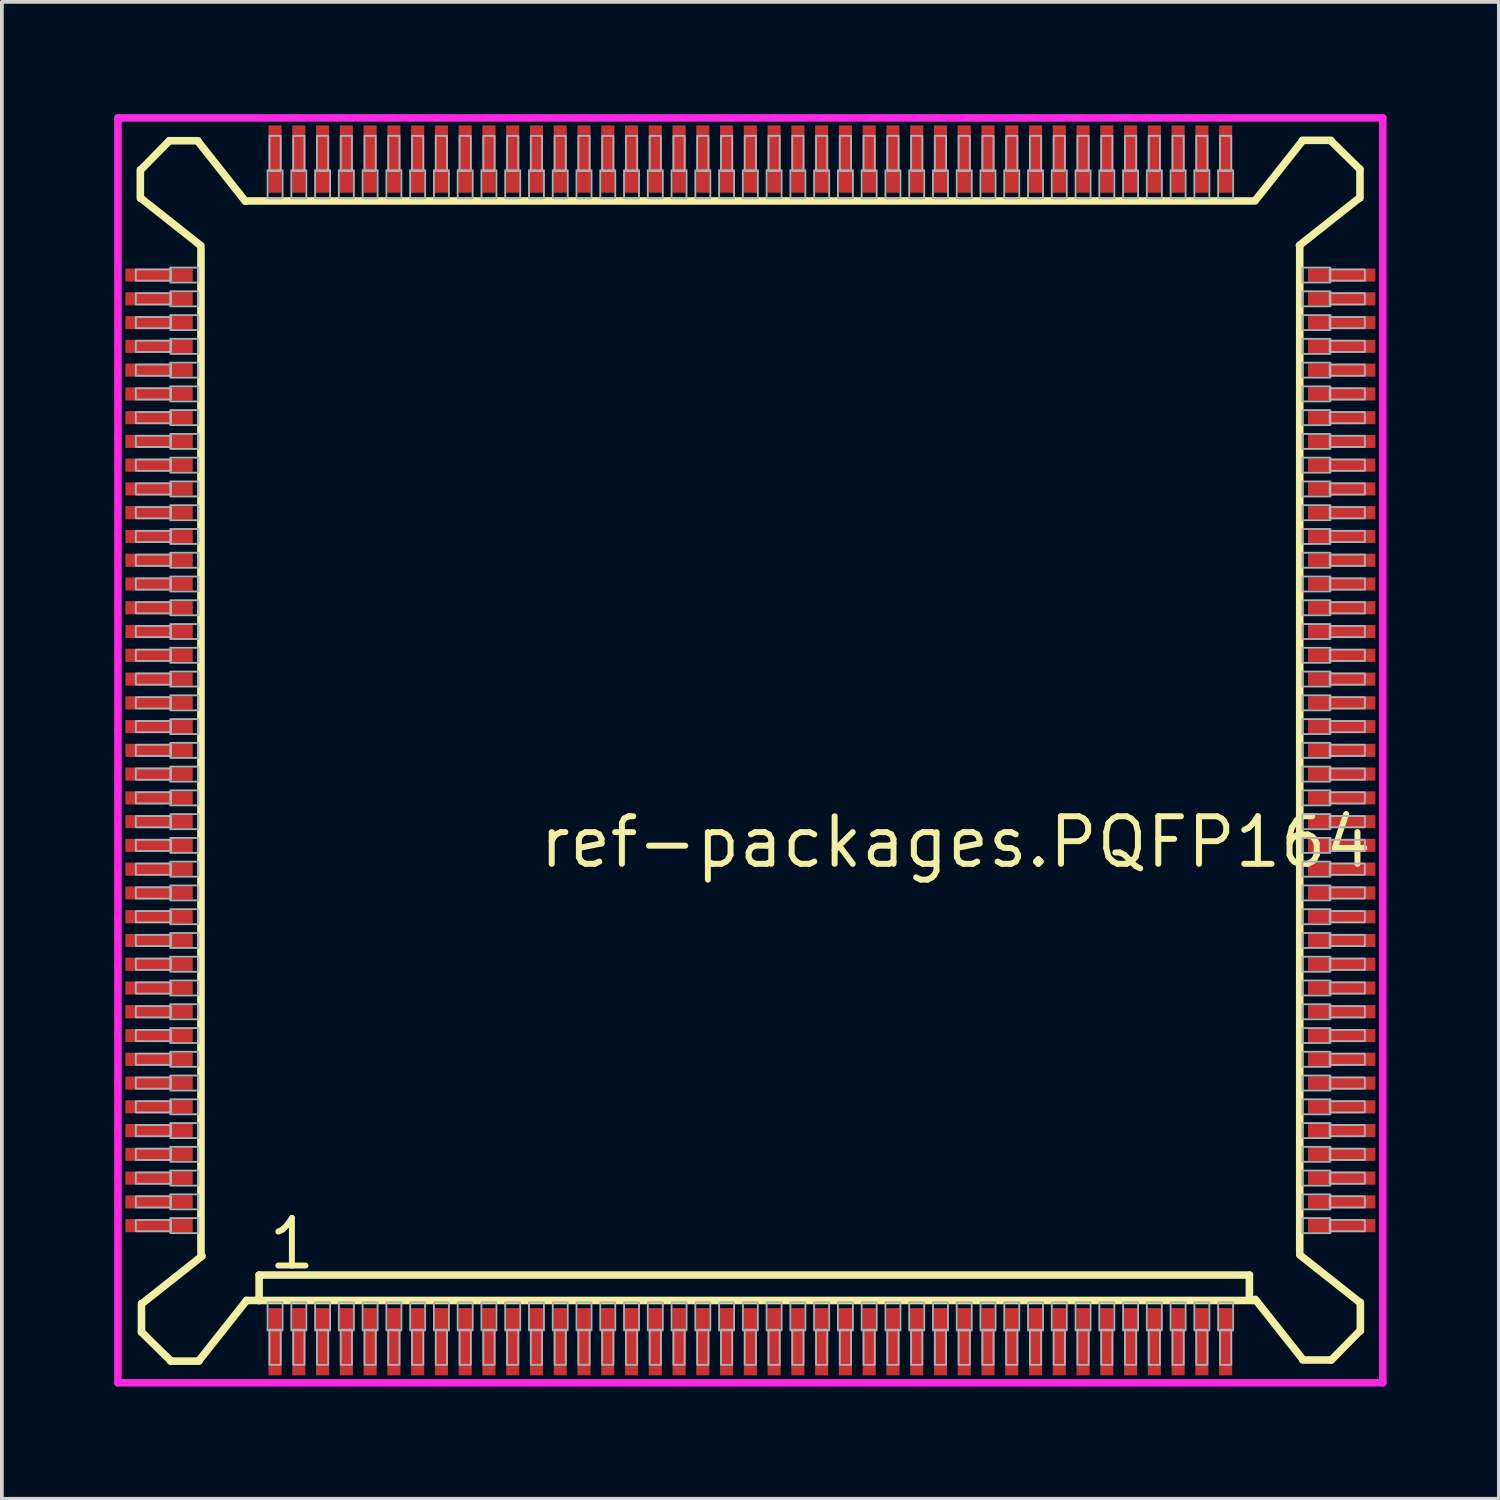
<source format=kicad_pcb>
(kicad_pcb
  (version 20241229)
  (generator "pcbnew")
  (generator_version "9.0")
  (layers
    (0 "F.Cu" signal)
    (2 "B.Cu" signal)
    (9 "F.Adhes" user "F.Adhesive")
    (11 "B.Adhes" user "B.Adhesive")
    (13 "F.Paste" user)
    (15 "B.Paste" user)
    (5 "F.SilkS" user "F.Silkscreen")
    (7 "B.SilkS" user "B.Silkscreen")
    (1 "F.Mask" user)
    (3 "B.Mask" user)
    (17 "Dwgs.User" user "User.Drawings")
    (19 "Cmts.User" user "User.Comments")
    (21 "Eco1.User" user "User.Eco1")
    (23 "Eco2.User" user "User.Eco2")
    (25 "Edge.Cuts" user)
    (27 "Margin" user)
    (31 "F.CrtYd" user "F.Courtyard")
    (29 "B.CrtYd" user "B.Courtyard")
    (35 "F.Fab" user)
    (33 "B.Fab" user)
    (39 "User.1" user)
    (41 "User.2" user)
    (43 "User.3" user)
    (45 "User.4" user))
  (footprint "ref-packages.PQFP164"
    (layer "F.Cu")
    (at 17 17)
    (property "Reference" "ref-packages.PQFP164" (at -5.715 3.195 0) (layer "F.SilkS") (effects (font (size 1.27 1.27) (thickness 0.16)) (justify left bottom)))
    (attr smd)
    (fp_line (start -16.3 -15.514) (end -16.3 -14.752) (stroke (width 0.203) (type default)) (layer "F.SilkS"))
    (fp_line (start -16.286 -14.752) (end -14.68 -13.482) (stroke (width 0.203) (type default)) (layer "F.SilkS"))
    (fp_line (start -16.27 14.782) (end -16.27 15.544) (stroke (width 0.203) (type default)) (layer "F.SilkS"))
    (fp_line (start -16.27 15.544) (end -15.494 16.306) (stroke (width 0.203) (type default)) (layer "F.SilkS"))
    (fp_line (start -15.524 -16.29) (end -16.286 -15.514) (stroke (width 0.203) (type default)) (layer "F.SilkS"))
    (fp_line (start -15.494 16.32) (end -14.732 16.32) (stroke (width 0.203) (type default)) (layer "F.SilkS"))
    (fp_line (start -14.762 -16.29) (end -15.524 -16.29) (stroke (width 0.203) (type default)) (layer "F.SilkS"))
    (fp_line (start -14.732 16.306) (end -13.462 14.7) (stroke (width 0.203) (type default)) (layer "F.SilkS"))
    (fp_line (start -14.68 -13.4) (end -14.68 13.442) (stroke (width 0.203) (type default)) (layer "F.SilkS"))
    (fp_line (start -14.65 13.512) (end -16.256 14.782) (stroke (width 0.203) (type default)) (layer "F.SilkS"))
    (fp_line (start -13.492 -14.67) (end -14.762 -16.276) (stroke (width 0.203) (type default)) (layer "F.SilkS"))
    (fp_line (start -13.462 14.7) (end -13.126 14.7) (stroke (width 0.203) (type default)) (layer "F.SilkS"))
    (fp_line (start -13.126 14.02) (end 13.335 14.02) (stroke (width 0.203) (type default)) (layer "F.SilkS"))
    (fp_line (start -13.126 14.7) (end -13.126 14.02) (stroke (width 0.203) (type default)) (layer "F.SilkS"))
    (fp_line (start -13.126 14.7) (end 13.462 14.7) (stroke (width 0.203) (type default)) (layer "F.SilkS"))
    (fp_line (start 13.335 14.02) (end 13.335 14.655) (stroke (width 0.203) (type default)) (layer "F.SilkS"))
    (fp_line (start 13.4 -14.68) (end -13.442 -14.68) (stroke (width 0.203) (type default)) (layer "F.SilkS"))
    (fp_line (start 13.492 14.67) (end 14.762 16.276) (stroke (width 0.203) (type default)) (layer "F.SilkS"))
    (fp_line (start 14.67 -13.492) (end 16.276 -14.762) (stroke (width 0.203) (type default)) (layer "F.SilkS"))
    (fp_line (start 14.68 13.4) (end 14.68 -13.442) (stroke (width 0.203) (type default)) (layer "F.SilkS"))
    (fp_line (start 14.752 -16.286) (end 13.482 -14.68) (stroke (width 0.203) (type default)) (layer "F.SilkS"))
    (fp_line (start 14.762 16.29) (end 15.524 16.29) (stroke (width 0.203) (type default)) (layer "F.SilkS"))
    (fp_line (start 15.514 -16.3) (end 14.752 -16.3) (stroke (width 0.203) (type default)) (layer "F.SilkS"))
    (fp_line (start 15.524 16.29) (end 16.286 15.514) (stroke (width 0.203) (type default)) (layer "F.SilkS"))
    (fp_line (start 16.286 14.752) (end 14.68 13.482) (stroke (width 0.203) (type default)) (layer "F.SilkS"))
    (fp_line (start 16.29 -15.524) (end 15.514 -16.286) (stroke (width 0.203) (type default)) (layer "F.SilkS"))
    (fp_line (start 16.29 -14.762) (end 16.29 -15.524) (stroke (width 0.203) (type default)) (layer "F.SilkS"))
    (fp_line (start 16.3 15.514) (end 16.3 14.752) (stroke (width 0.203) (type default)) (layer "F.SilkS"))
    (fp_line (start -16.9 -16.9) (end 16.9 -16.9) (stroke (width 0.2) (type default)) (layer "F.CrtYd"))
    (fp_line (start -16.9 16.9) (end -16.9 -16.9) (stroke (width 0.2) (type default)) (layer "F.CrtYd"))
    (fp_line (start 16.9 -16.9) (end 16.9 16.9) (stroke (width 0.2) (type default)) (layer "F.CrtYd"))
    (fp_line (start 16.9 16.9) (end -16.9 16.9) (stroke (width 0.2) (type default)) (layer "F.CrtYd"))
    (fp_rect (start -16.42 -12.55) (end -15.48 -12.85) (stroke (width 0.05) (type default)) (fill no) (layer "F.Fab"))
    (fp_rect (start -16.42 -11.915) (end -15.48 -12.215) (stroke (width 0.05) (type default)) (fill no) (layer "F.Fab"))
    (fp_rect (start -16.42 -11.28) (end -15.48 -11.58) (stroke (width 0.05) (type default)) (fill no) (layer "F.Fab"))
    (fp_rect (start -16.42 -10.645) (end -15.48 -10.945) (stroke (width 0.05) (type default)) (fill no) (layer "F.Fab"))
    (fp_rect (start -16.42 -10.01) (end -15.48 -10.31) (stroke (width 0.05) (type default)) (fill no) (layer "F.Fab"))
    (fp_rect (start -16.42 -9.375) (end -15.48 -9.675) (stroke (width 0.05) (type default)) (fill no) (layer "F.Fab"))
    (fp_rect (start -16.42 -8.74) (end -15.48 -9.04) (stroke (width 0.05) (type default)) (fill no) (layer "F.Fab"))
    (fp_rect (start -16.42 -8.105) (end -15.48 -8.405) (stroke (width 0.05) (type default)) (fill no) (layer "F.Fab"))
    (fp_rect (start -16.42 -7.47) (end -15.48 -7.77) (stroke (width 0.05) (type default)) (fill no) (layer "F.Fab"))
    (fp_rect (start -16.42 -6.835) (end -15.48 -7.135) (stroke (width 0.05) (type default)) (fill no) (layer "F.Fab"))
    (fp_rect (start -16.42 -6.2) (end -15.48 -6.5) (stroke (width 0.05) (type default)) (fill no) (layer "F.Fab"))
    (fp_rect (start -16.42 -5.565) (end -15.48 -5.865) (stroke (width 0.05) (type default)) (fill no) (layer "F.Fab"))
    (fp_rect (start -16.42 -4.93) (end -15.48 -5.23) (stroke (width 0.05) (type default)) (fill no) (layer "F.Fab"))
    (fp_rect (start -16.42 -4.295) (end -15.48 -4.595) (stroke (width 0.05) (type default)) (fill no) (layer "F.Fab"))
    (fp_rect (start -16.42 -3.66) (end -15.48 -3.96) (stroke (width 0.05) (type default)) (fill no) (layer "F.Fab"))
    (fp_rect (start -16.42 -3.025) (end -15.48 -3.325) (stroke (width 0.05) (type default)) (fill no) (layer "F.Fab"))
    (fp_rect (start -16.42 -2.39) (end -15.48 -2.69) (stroke (width 0.05) (type default)) (fill no) (layer "F.Fab"))
    (fp_rect (start -16.42 -1.755) (end -15.48 -2.055) (stroke (width 0.05) (type default)) (fill no) (layer "F.Fab"))
    (fp_rect (start -16.42 -1.12) (end -15.48 -1.42) (stroke (width 0.05) (type default)) (fill no) (layer "F.Fab"))
    (fp_rect (start -16.42 -0.485) (end -15.48 -0.785) (stroke (width 0.05) (type default)) (fill no) (layer "F.Fab"))
    (fp_rect (start -16.42 0.15) (end -15.48 -0.15) (stroke (width 0.05) (type default)) (fill no) (layer "F.Fab"))
    (fp_rect (start -16.42 0.785) (end -15.48 0.485) (stroke (width 0.05) (type default)) (fill no) (layer "F.Fab"))
    (fp_rect (start -16.42 1.42) (end -15.48 1.12) (stroke (width 0.05) (type default)) (fill no) (layer "F.Fab"))
    (fp_rect (start -16.42 2.055) (end -15.48 1.755) (stroke (width 0.05) (type default)) (fill no) (layer "F.Fab"))
    (fp_rect (start -16.42 2.69) (end -15.48 2.39) (stroke (width 0.05) (type default)) (fill no) (layer "F.Fab"))
    (fp_rect (start -16.42 3.325) (end -15.48 3.025) (stroke (width 0.05) (type default)) (fill no) (layer "F.Fab"))
    (fp_rect (start -16.42 3.96) (end -15.48 3.66) (stroke (width 0.05) (type default)) (fill no) (layer "F.Fab"))
    (fp_rect (start -16.42 4.595) (end -15.48 4.295) (stroke (width 0.05) (type default)) (fill no) (layer "F.Fab"))
    (fp_rect (start -16.42 5.23) (end -15.48 4.93) (stroke (width 0.05) (type default)) (fill no) (layer "F.Fab"))
    (fp_rect (start -16.42 5.865) (end -15.48 5.565) (stroke (width 0.05) (type default)) (fill no) (layer "F.Fab"))
    (fp_rect (start -16.42 6.5) (end -15.48 6.2) (stroke (width 0.05) (type default)) (fill no) (layer "F.Fab"))
    (fp_rect (start -16.42 7.135) (end -15.48 6.835) (stroke (width 0.05) (type default)) (fill no) (layer "F.Fab"))
    (fp_rect (start -16.42 7.77) (end -15.48 7.47) (stroke (width 0.05) (type default)) (fill no) (layer "F.Fab"))
    (fp_rect (start -16.42 8.405) (end -15.48 8.105) (stroke (width 0.05) (type default)) (fill no) (layer "F.Fab"))
    (fp_rect (start -16.42 9.04) (end -15.48 8.74) (stroke (width 0.05) (type default)) (fill no) (layer "F.Fab"))
    (fp_rect (start -16.42 9.675) (end -15.48 9.375) (stroke (width 0.05) (type default)) (fill no) (layer "F.Fab"))
    (fp_rect (start -16.42 10.31) (end -15.48 10.01) (stroke (width 0.05) (type default)) (fill no) (layer "F.Fab"))
    (fp_rect (start -16.42 10.945) (end -15.48 10.645) (stroke (width 0.05) (type default)) (fill no) (layer "F.Fab"))
    (fp_rect (start -16.42 11.58) (end -15.48 11.28) (stroke (width 0.05) (type default)) (fill no) (layer "F.Fab"))
    (fp_rect (start -16.42 12.215) (end -15.48 11.915) (stroke (width 0.05) (type default)) (fill no) (layer "F.Fab"))
    (fp_rect (start -16.42 12.85) (end -15.48 12.55) (stroke (width 0.05) (type default)) (fill no) (layer "F.Fab"))
    (fp_rect (start -15.5 -12.5) (end -14.75 -12.9) (stroke (width 0.05) (type default)) (fill no) (layer "F.Fab"))
    (fp_rect (start -15.5 -11.865) (end -14.75 -12.265) (stroke (width 0.05) (type default)) (fill no) (layer "F.Fab"))
    (fp_rect (start -15.5 -11.23) (end -14.75 -11.63) (stroke (width 0.05) (type default)) (fill no) (layer "F.Fab"))
    (fp_rect (start -15.5 -10.595) (end -14.75 -10.995) (stroke (width 0.05) (type default)) (fill no) (layer "F.Fab"))
    (fp_rect (start -15.5 -9.96) (end -14.75 -10.36) (stroke (width 0.05) (type default)) (fill no) (layer "F.Fab"))
    (fp_rect (start -15.5 -9.325) (end -14.75 -9.725) (stroke (width 0.05) (type default)) (fill no) (layer "F.Fab"))
    (fp_rect (start -15.5 -8.69) (end -14.75 -9.09) (stroke (width 0.05) (type default)) (fill no) (layer "F.Fab"))
    (fp_rect (start -15.5 -8.055) (end -14.75 -8.455) (stroke (width 0.05) (type default)) (fill no) (layer "F.Fab"))
    (fp_rect (start -15.5 -7.42) (end -14.75 -7.82) (stroke (width 0.05) (type default)) (fill no) (layer "F.Fab"))
    (fp_rect (start -15.5 -6.785) (end -14.75 -7.185) (stroke (width 0.05) (type default)) (fill no) (layer "F.Fab"))
    (fp_rect (start -15.5 -6.15) (end -14.75 -6.55) (stroke (width 0.05) (type default)) (fill no) (layer "F.Fab"))
    (fp_rect (start -15.5 -5.515) (end -14.75 -5.915) (stroke (width 0.05) (type default)) (fill no) (layer "F.Fab"))
    (fp_rect (start -15.5 -4.88) (end -14.75 -5.28) (stroke (width 0.05) (type default)) (fill no) (layer "F.Fab"))
    (fp_rect (start -15.5 -4.245) (end -14.75 -4.645) (stroke (width 0.05) (type default)) (fill no) (layer "F.Fab"))
    (fp_rect (start -15.5 -3.61) (end -14.75 -4.01) (stroke (width 0.05) (type default)) (fill no) (layer "F.Fab"))
    (fp_rect (start -15.5 -2.975) (end -14.75 -3.375) (stroke (width 0.05) (type default)) (fill no) (layer "F.Fab"))
    (fp_rect (start -15.5 -2.34) (end -14.75 -2.74) (stroke (width 0.05) (type default)) (fill no) (layer "F.Fab"))
    (fp_rect (start -15.5 -1.705) (end -14.75 -2.105) (stroke (width 0.05) (type default)) (fill no) (layer "F.Fab"))
    (fp_rect (start -15.5 -1.07) (end -14.75 -1.47) (stroke (width 0.05) (type default)) (fill no) (layer "F.Fab"))
    (fp_rect (start -15.5 -0.435) (end -14.75 -0.835) (stroke (width 0.05) (type default)) (fill no) (layer "F.Fab"))
    (fp_rect (start -15.5 0.2) (end -14.75 -0.2) (stroke (width 0.05) (type default)) (fill no) (layer "F.Fab"))
    (fp_rect (start -15.5 0.835) (end -14.75 0.435) (stroke (width 0.05) (type default)) (fill no) (layer "F.Fab"))
    (fp_rect (start -15.5 1.47) (end -14.75 1.07) (stroke (width 0.05) (type default)) (fill no) (layer "F.Fab"))
    (fp_rect (start -15.5 2.105) (end -14.75 1.705) (stroke (width 0.05) (type default)) (fill no) (layer "F.Fab"))
    (fp_rect (start -15.5 2.74) (end -14.75 2.34) (stroke (width 0.05) (type default)) (fill no) (layer "F.Fab"))
    (fp_rect (start -15.5 3.375) (end -14.75 2.975) (stroke (width 0.05) (type default)) (fill no) (layer "F.Fab"))
    (fp_rect (start -15.5 4.01) (end -14.75 3.61) (stroke (width 0.05) (type default)) (fill no) (layer "F.Fab"))
    (fp_rect (start -15.5 4.645) (end -14.75 4.245) (stroke (width 0.05) (type default)) (fill no) (layer "F.Fab"))
    (fp_rect (start -15.5 5.28) (end -14.75 4.88) (stroke (width 0.05) (type default)) (fill no) (layer "F.Fab"))
    (fp_rect (start -15.5 5.915) (end -14.75 5.515) (stroke (width 0.05) (type default)) (fill no) (layer "F.Fab"))
    (fp_rect (start -15.5 6.55) (end -14.75 6.15) (stroke (width 0.05) (type default)) (fill no) (layer "F.Fab"))
    (fp_rect (start -15.5 7.185) (end -14.75 6.785) (stroke (width 0.05) (type default)) (fill no) (layer "F.Fab"))
    (fp_rect (start -15.5 7.82) (end -14.75 7.42) (stroke (width 0.05) (type default)) (fill no) (layer "F.Fab"))
    (fp_rect (start -15.5 8.455) (end -14.75 8.055) (stroke (width 0.05) (type default)) (fill no) (layer "F.Fab"))
    (fp_rect (start -15.5 9.09) (end -14.75 8.69) (stroke (width 0.05) (type default)) (fill no) (layer "F.Fab"))
    (fp_rect (start -15.5 9.725) (end -14.75 9.325) (stroke (width 0.05) (type default)) (fill no) (layer "F.Fab"))
    (fp_rect (start -15.5 10.36) (end -14.75 9.96) (stroke (width 0.05) (type default)) (fill no) (layer "F.Fab"))
    (fp_rect (start -15.5 10.995) (end -14.75 10.595) (stroke (width 0.05) (type default)) (fill no) (layer "F.Fab"))
    (fp_rect (start -15.5 11.63) (end -14.75 11.23) (stroke (width 0.05) (type default)) (fill no) (layer "F.Fab"))
    (fp_rect (start -15.5 12.265) (end -14.75 11.865) (stroke (width 0.05) (type default)) (fill no) (layer "F.Fab"))
    (fp_rect (start -15.5 12.9) (end -14.75 12.5) (stroke (width 0.05) (type default)) (fill no) (layer "F.Fab"))
    (fp_rect (start -12.9 -14.75) (end -12.5 -15.5) (stroke (width 0.05) (type default)) (fill no) (layer "F.Fab"))
    (fp_rect (start -12.9 15.5) (end -12.5 14.75) (stroke (width 0.05) (type default)) (fill no) (layer "F.Fab"))
    (fp_rect (start -12.85 -15.48) (end -12.55 -16.42) (stroke (width 0.05) (type default)) (fill no) (layer "F.Fab"))
    (fp_rect (start -12.85 16.42) (end -12.55 15.48) (stroke (width 0.05) (type default)) (fill no) (layer "F.Fab"))
    (fp_rect (start -12.265 -14.75) (end -11.865 -15.5) (stroke (width 0.05) (type default)) (fill no) (layer "F.Fab"))
    (fp_rect (start -12.265 15.5) (end -11.865 14.75) (stroke (width 0.05) (type default)) (fill no) (layer "F.Fab"))
    (fp_rect (start -12.215 -15.48) (end -11.915 -16.42) (stroke (width 0.05) (type default)) (fill no) (layer "F.Fab"))
    (fp_rect (start -12.215 16.42) (end -11.915 15.48) (stroke (width 0.05) (type default)) (fill no) (layer "F.Fab"))
    (fp_rect (start -11.63 -14.75) (end -11.23 -15.5) (stroke (width 0.05) (type default)) (fill no) (layer "F.Fab"))
    (fp_rect (start -11.63 15.5) (end -11.23 14.75) (stroke (width 0.05) (type default)) (fill no) (layer "F.Fab"))
    (fp_rect (start -11.58 -15.48) (end -11.28 -16.42) (stroke (width 0.05) (type default)) (fill no) (layer "F.Fab"))
    (fp_rect (start -11.58 16.42) (end -11.28 15.48) (stroke (width 0.05) (type default)) (fill no) (layer "F.Fab"))
    (fp_rect (start -10.995 -14.75) (end -10.595 -15.5) (stroke (width 0.05) (type default)) (fill no) (layer "F.Fab"))
    (fp_rect (start -10.995 15.5) (end -10.595 14.75) (stroke (width 0.05) (type default)) (fill no) (layer "F.Fab"))
    (fp_rect (start -10.945 -15.48) (end -10.645 -16.42) (stroke (width 0.05) (type default)) (fill no) (layer "F.Fab"))
    (fp_rect (start -10.945 16.42) (end -10.645 15.48) (stroke (width 0.05) (type default)) (fill no) (layer "F.Fab"))
    (fp_rect (start -10.36 -14.75) (end -9.96 -15.5) (stroke (width 0.05) (type default)) (fill no) (layer "F.Fab"))
    (fp_rect (start -10.36 15.5) (end -9.96 14.75) (stroke (width 0.05) (type default)) (fill no) (layer "F.Fab"))
    (fp_rect (start -10.31 -15.48) (end -10.01 -16.42) (stroke (width 0.05) (type default)) (fill no) (layer "F.Fab"))
    (fp_rect (start -10.31 16.42) (end -10.01 15.48) (stroke (width 0.05) (type default)) (fill no) (layer "F.Fab"))
    (fp_rect (start -9.725 -14.75) (end -9.325 -15.5) (stroke (width 0.05) (type default)) (fill no) (layer "F.Fab"))
    (fp_rect (start -9.725 15.5) (end -9.325 14.75) (stroke (width 0.05) (type default)) (fill no) (layer "F.Fab"))
    (fp_rect (start -9.675 -15.48) (end -9.375 -16.42) (stroke (width 0.05) (type default)) (fill no) (layer "F.Fab"))
    (fp_rect (start -9.675 16.42) (end -9.375 15.48) (stroke (width 0.05) (type default)) (fill no) (layer "F.Fab"))
    (fp_rect (start -9.09 -14.75) (end -8.69 -15.5) (stroke (width 0.05) (type default)) (fill no) (layer "F.Fab"))
    (fp_rect (start -9.09 15.5) (end -8.69 14.75) (stroke (width 0.05) (type default)) (fill no) (layer "F.Fab"))
    (fp_rect (start -9.04 -15.48) (end -8.74 -16.42) (stroke (width 0.05) (type default)) (fill no) (layer "F.Fab"))
    (fp_rect (start -9.04 16.42) (end -8.74 15.48) (stroke (width 0.05) (type default)) (fill no) (layer "F.Fab"))
    (fp_rect (start -8.455 -14.75) (end -8.055 -15.5) (stroke (width 0.05) (type default)) (fill no) (layer "F.Fab"))
    (fp_rect (start -8.455 15.5) (end -8.055 14.75) (stroke (width 0.05) (type default)) (fill no) (layer "F.Fab"))
    (fp_rect (start -8.405 -15.48) (end -8.105 -16.42) (stroke (width 0.05) (type default)) (fill no) (layer "F.Fab"))
    (fp_rect (start -8.405 16.42) (end -8.105 15.48) (stroke (width 0.05) (type default)) (fill no) (layer "F.Fab"))
    (fp_rect (start -7.82 -14.75) (end -7.42 -15.5) (stroke (width 0.05) (type default)) (fill no) (layer "F.Fab"))
    (fp_rect (start -7.82 15.5) (end -7.42 14.75) (stroke (width 0.05) (type default)) (fill no) (layer "F.Fab"))
    (fp_rect (start -7.77 -15.48) (end -7.47 -16.42) (stroke (width 0.05) (type default)) (fill no) (layer "F.Fab"))
    (fp_rect (start -7.77 16.42) (end -7.47 15.48) (stroke (width 0.05) (type default)) (fill no) (layer "F.Fab"))
    (fp_rect (start -7.185 -14.75) (end -6.785 -15.5) (stroke (width 0.05) (type default)) (fill no) (layer "F.Fab"))
    (fp_rect (start -7.185 15.5) (end -6.785 14.75) (stroke (width 0.05) (type default)) (fill no) (layer "F.Fab"))
    (fp_rect (start -7.135 -15.48) (end -6.835 -16.42) (stroke (width 0.05) (type default)) (fill no) (layer "F.Fab"))
    (fp_rect (start -7.135 16.42) (end -6.835 15.48) (stroke (width 0.05) (type default)) (fill no) (layer "F.Fab"))
    (fp_rect (start -6.55 -14.75) (end -6.15 -15.5) (stroke (width 0.05) (type default)) (fill no) (layer "F.Fab"))
    (fp_rect (start -6.55 15.5) (end -6.15 14.75) (stroke (width 0.05) (type default)) (fill no) (layer "F.Fab"))
    (fp_rect (start -6.5 -15.48) (end -6.2 -16.42) (stroke (width 0.05) (type default)) (fill no) (layer "F.Fab"))
    (fp_rect (start -6.5 16.42) (end -6.2 15.48) (stroke (width 0.05) (type default)) (fill no) (layer "F.Fab"))
    (fp_rect (start -5.915 -14.75) (end -5.515 -15.5) (stroke (width 0.05) (type default)) (fill no) (layer "F.Fab"))
    (fp_rect (start -5.915 15.5) (end -5.515 14.75) (stroke (width 0.05) (type default)) (fill no) (layer "F.Fab"))
    (fp_rect (start -5.865 -15.48) (end -5.565 -16.42) (stroke (width 0.05) (type default)) (fill no) (layer "F.Fab"))
    (fp_rect (start -5.865 16.42) (end -5.565 15.48) (stroke (width 0.05) (type default)) (fill no) (layer "F.Fab"))
    (fp_rect (start -5.28 -14.75) (end -4.88 -15.5) (stroke (width 0.05) (type default)) (fill no) (layer "F.Fab"))
    (fp_rect (start -5.28 15.5) (end -4.88 14.75) (stroke (width 0.05) (type default)) (fill no) (layer "F.Fab"))
    (fp_rect (start -5.23 -15.48) (end -4.93 -16.42) (stroke (width 0.05) (type default)) (fill no) (layer "F.Fab"))
    (fp_rect (start -5.23 16.42) (end -4.93 15.48) (stroke (width 0.05) (type default)) (fill no) (layer "F.Fab"))
    (fp_rect (start -4.645 -14.75) (end -4.245 -15.5) (stroke (width 0.05) (type default)) (fill no) (layer "F.Fab"))
    (fp_rect (start -4.645 15.5) (end -4.245 14.75) (stroke (width 0.05) (type default)) (fill no) (layer "F.Fab"))
    (fp_rect (start -4.595 -15.48) (end -4.295 -16.42) (stroke (width 0.05) (type default)) (fill no) (layer "F.Fab"))
    (fp_rect (start -4.595 16.42) (end -4.295 15.48) (stroke (width 0.05) (type default)) (fill no) (layer "F.Fab"))
    (fp_rect (start -4.01 -14.75) (end -3.61 -15.5) (stroke (width 0.05) (type default)) (fill no) (layer "F.Fab"))
    (fp_rect (start -4.01 15.5) (end -3.61 14.75) (stroke (width 0.05) (type default)) (fill no) (layer "F.Fab"))
    (fp_rect (start -3.96 -15.48) (end -3.66 -16.42) (stroke (width 0.05) (type default)) (fill no) (layer "F.Fab"))
    (fp_rect (start -3.96 16.42) (end -3.66 15.48) (stroke (width 0.05) (type default)) (fill no) (layer "F.Fab"))
    (fp_rect (start -3.375 -14.75) (end -2.975 -15.5) (stroke (width 0.05) (type default)) (fill no) (layer "F.Fab"))
    (fp_rect (start -3.375 15.5) (end -2.975 14.75) (stroke (width 0.05) (type default)) (fill no) (layer "F.Fab"))
    (fp_rect (start -3.325 -15.48) (end -3.025 -16.42) (stroke (width 0.05) (type default)) (fill no) (layer "F.Fab"))
    (fp_rect (start -3.325 16.42) (end -3.025 15.48) (stroke (width 0.05) (type default)) (fill no) (layer "F.Fab"))
    (fp_rect (start -2.74 -14.75) (end -2.34 -15.5) (stroke (width 0.05) (type default)) (fill no) (layer "F.Fab"))
    (fp_rect (start -2.74 15.5) (end -2.34 14.75) (stroke (width 0.05) (type default)) (fill no) (layer "F.Fab"))
    (fp_rect (start -2.69 -15.48) (end -2.39 -16.42) (stroke (width 0.05) (type default)) (fill no) (layer "F.Fab"))
    (fp_rect (start -2.69 16.42) (end -2.39 15.48) (stroke (width 0.05) (type default)) (fill no) (layer "F.Fab"))
    (fp_rect (start -2.105 -14.75) (end -1.705 -15.5) (stroke (width 0.05) (type default)) (fill no) (layer "F.Fab"))
    (fp_rect (start -2.105 15.5) (end -1.705 14.75) (stroke (width 0.05) (type default)) (fill no) (layer "F.Fab"))
    (fp_rect (start -2.055 -15.48) (end -1.755 -16.42) (stroke (width 0.05) (type default)) (fill no) (layer "F.Fab"))
    (fp_rect (start -2.055 16.42) (end -1.755 15.48) (stroke (width 0.05) (type default)) (fill no) (layer "F.Fab"))
    (fp_rect (start -1.47 -14.75) (end -1.07 -15.5) (stroke (width 0.05) (type default)) (fill no) (layer "F.Fab"))
    (fp_rect (start -1.47 15.5) (end -1.07 14.75) (stroke (width 0.05) (type default)) (fill no) (layer "F.Fab"))
    (fp_rect (start -1.42 -15.48) (end -1.12 -16.42) (stroke (width 0.05) (type default)) (fill no) (layer "F.Fab"))
    (fp_rect (start -1.42 16.42) (end -1.12 15.48) (stroke (width 0.05) (type default)) (fill no) (layer "F.Fab"))
    (fp_rect (start -0.835 -14.75) (end -0.435 -15.5) (stroke (width 0.05) (type default)) (fill no) (layer "F.Fab"))
    (fp_rect (start -0.835 15.5) (end -0.435 14.75) (stroke (width 0.05) (type default)) (fill no) (layer "F.Fab"))
    (fp_rect (start -0.785 -15.48) (end -0.485 -16.42) (stroke (width 0.05) (type default)) (fill no) (layer "F.Fab"))
    (fp_rect (start -0.785 16.42) (end -0.485 15.48) (stroke (width 0.05) (type default)) (fill no) (layer "F.Fab"))
    (fp_rect (start -0.2 -14.75) (end 0.2 -15.5) (stroke (width 0.05) (type default)) (fill no) (layer "F.Fab"))
    (fp_rect (start -0.2 15.5) (end 0.2 14.75) (stroke (width 0.05) (type default)) (fill no) (layer "F.Fab"))
    (fp_rect (start -0.15 -15.48) (end 0.15 -16.42) (stroke (width 0.05) (type default)) (fill no) (layer "F.Fab"))
    (fp_rect (start -0.15 16.42) (end 0.15 15.48) (stroke (width 0.05) (type default)) (fill no) (layer "F.Fab"))
    (fp_rect (start 0.435 -14.75) (end 0.835 -15.5) (stroke (width 0.05) (type default)) (fill no) (layer "F.Fab"))
    (fp_rect (start 0.435 15.5) (end 0.835 14.75) (stroke (width 0.05) (type default)) (fill no) (layer "F.Fab"))
    (fp_rect (start 0.485 -15.48) (end 0.785 -16.42) (stroke (width 0.05) (type default)) (fill no) (layer "F.Fab"))
    (fp_rect (start 0.485 16.42) (end 0.785 15.48) (stroke (width 0.05) (type default)) (fill no) (layer "F.Fab"))
    (fp_rect (start 1.07 -14.75) (end 1.47 -15.5) (stroke (width 0.05) (type default)) (fill no) (layer "F.Fab"))
    (fp_rect (start 1.07 15.5) (end 1.47 14.75) (stroke (width 0.05) (type default)) (fill no) (layer "F.Fab"))
    (fp_rect (start 1.12 -15.48) (end 1.42 -16.42) (stroke (width 0.05) (type default)) (fill no) (layer "F.Fab"))
    (fp_rect (start 1.12 16.42) (end 1.42 15.48) (stroke (width 0.05) (type default)) (fill no) (layer "F.Fab"))
    (fp_rect (start 1.705 -14.75) (end 2.105 -15.5) (stroke (width 0.05) (type default)) (fill no) (layer "F.Fab"))
    (fp_rect (start 1.705 15.5) (end 2.105 14.75) (stroke (width 0.05) (type default)) (fill no) (layer "F.Fab"))
    (fp_rect (start 1.755 -15.48) (end 2.055 -16.42) (stroke (width 0.05) (type default)) (fill no) (layer "F.Fab"))
    (fp_rect (start 1.755 16.42) (end 2.055 15.48) (stroke (width 0.05) (type default)) (fill no) (layer "F.Fab"))
    (fp_rect (start 2.34 -14.75) (end 2.74 -15.5) (stroke (width 0.05) (type default)) (fill no) (layer "F.Fab"))
    (fp_rect (start 2.34 15.5) (end 2.74 14.75) (stroke (width 0.05) (type default)) (fill no) (layer "F.Fab"))
    (fp_rect (start 2.39 -15.48) (end 2.69 -16.42) (stroke (width 0.05) (type default)) (fill no) (layer "F.Fab"))
    (fp_rect (start 2.39 16.42) (end 2.69 15.48) (stroke (width 0.05) (type default)) (fill no) (layer "F.Fab"))
    (fp_rect (start 2.975 -14.75) (end 3.375 -15.5) (stroke (width 0.05) (type default)) (fill no) (layer "F.Fab"))
    (fp_rect (start 2.975 15.5) (end 3.375 14.75) (stroke (width 0.05) (type default)) (fill no) (layer "F.Fab"))
    (fp_rect (start 3.025 -15.48) (end 3.325 -16.42) (stroke (width 0.05) (type default)) (fill no) (layer "F.Fab"))
    (fp_rect (start 3.025 16.42) (end 3.325 15.48) (stroke (width 0.05) (type default)) (fill no) (layer "F.Fab"))
    (fp_rect (start 3.61 -14.75) (end 4.01 -15.5) (stroke (width 0.05) (type default)) (fill no) (layer "F.Fab"))
    (fp_rect (start 3.61 15.5) (end 4.01 14.75) (stroke (width 0.05) (type default)) (fill no) (layer "F.Fab"))
    (fp_rect (start 3.66 -15.48) (end 3.96 -16.42) (stroke (width 0.05) (type default)) (fill no) (layer "F.Fab"))
    (fp_rect (start 3.66 16.42) (end 3.96 15.48) (stroke (width 0.05) (type default)) (fill no) (layer "F.Fab"))
    (fp_rect (start 4.245 -14.75) (end 4.645 -15.5) (stroke (width 0.05) (type default)) (fill no) (layer "F.Fab"))
    (fp_rect (start 4.245 15.5) (end 4.645 14.75) (stroke (width 0.05) (type default)) (fill no) (layer "F.Fab"))
    (fp_rect (start 4.295 -15.48) (end 4.595 -16.42) (stroke (width 0.05) (type default)) (fill no) (layer "F.Fab"))
    (fp_rect (start 4.295 16.42) (end 4.595 15.48) (stroke (width 0.05) (type default)) (fill no) (layer "F.Fab"))
    (fp_rect (start 4.88 -14.75) (end 5.28 -15.5) (stroke (width 0.05) (type default)) (fill no) (layer "F.Fab"))
    (fp_rect (start 4.88 15.5) (end 5.28 14.75) (stroke (width 0.05) (type default)) (fill no) (layer "F.Fab"))
    (fp_rect (start 4.93 -15.48) (end 5.23 -16.42) (stroke (width 0.05) (type default)) (fill no) (layer "F.Fab"))
    (fp_rect (start 4.93 16.42) (end 5.23 15.48) (stroke (width 0.05) (type default)) (fill no) (layer "F.Fab"))
    (fp_rect (start 5.515 -14.75) (end 5.915 -15.5) (stroke (width 0.05) (type default)) (fill no) (layer "F.Fab"))
    (fp_rect (start 5.515 15.5) (end 5.915 14.75) (stroke (width 0.05) (type default)) (fill no) (layer "F.Fab"))
    (fp_rect (start 5.565 -15.48) (end 5.865 -16.42) (stroke (width 0.05) (type default)) (fill no) (layer "F.Fab"))
    (fp_rect (start 5.565 16.42) (end 5.865 15.48) (stroke (width 0.05) (type default)) (fill no) (layer "F.Fab"))
    (fp_rect (start 6.15 -14.75) (end 6.55 -15.5) (stroke (width 0.05) (type default)) (fill no) (layer "F.Fab"))
    (fp_rect (start 6.15 15.5) (end 6.55 14.75) (stroke (width 0.05) (type default)) (fill no) (layer "F.Fab"))
    (fp_rect (start 6.2 -15.48) (end 6.5 -16.42) (stroke (width 0.05) (type default)) (fill no) (layer "F.Fab"))
    (fp_rect (start 6.2 16.42) (end 6.5 15.48) (stroke (width 0.05) (type default)) (fill no) (layer "F.Fab"))
    (fp_rect (start 6.785 -14.75) (end 7.185 -15.5) (stroke (width 0.05) (type default)) (fill no) (layer "F.Fab"))
    (fp_rect (start 6.785 15.5) (end 7.185 14.75) (stroke (width 0.05) (type default)) (fill no) (layer "F.Fab"))
    (fp_rect (start 6.835 -15.48) (end 7.135 -16.42) (stroke (width 0.05) (type default)) (fill no) (layer "F.Fab"))
    (fp_rect (start 6.835 16.42) (end 7.135 15.48) (stroke (width 0.05) (type default)) (fill no) (layer "F.Fab"))
    (fp_rect (start 7.42 -14.75) (end 7.82 -15.5) (stroke (width 0.05) (type default)) (fill no) (layer "F.Fab"))
    (fp_rect (start 7.42 15.5) (end 7.82 14.75) (stroke (width 0.05) (type default)) (fill no) (layer "F.Fab"))
    (fp_rect (start 7.47 -15.48) (end 7.77 -16.42) (stroke (width 0.05) (type default)) (fill no) (layer "F.Fab"))
    (fp_rect (start 7.47 16.42) (end 7.77 15.48) (stroke (width 0.05) (type default)) (fill no) (layer "F.Fab"))
    (fp_rect (start 8.055 -14.75) (end 8.455 -15.5) (stroke (width 0.05) (type default)) (fill no) (layer "F.Fab"))
    (fp_rect (start 8.055 15.5) (end 8.455 14.75) (stroke (width 0.05) (type default)) (fill no) (layer "F.Fab"))
    (fp_rect (start 8.105 -15.48) (end 8.405 -16.42) (stroke (width 0.05) (type default)) (fill no) (layer "F.Fab"))
    (fp_rect (start 8.105 16.42) (end 8.405 15.48) (stroke (width 0.05) (type default)) (fill no) (layer "F.Fab"))
    (fp_rect (start 8.69 -14.75) (end 9.09 -15.5) (stroke (width 0.05) (type default)) (fill no) (layer "F.Fab"))
    (fp_rect (start 8.69 15.5) (end 9.09 14.75) (stroke (width 0.05) (type default)) (fill no) (layer "F.Fab"))
    (fp_rect (start 8.74 -15.48) (end 9.04 -16.42) (stroke (width 0.05) (type default)) (fill no) (layer "F.Fab"))
    (fp_rect (start 8.74 16.42) (end 9.04 15.48) (stroke (width 0.05) (type default)) (fill no) (layer "F.Fab"))
    (fp_rect (start 9.325 -14.75) (end 9.725 -15.5) (stroke (width 0.05) (type default)) (fill no) (layer "F.Fab"))
    (fp_rect (start 9.325 15.5) (end 9.725 14.75) (stroke (width 0.05) (type default)) (fill no) (layer "F.Fab"))
    (fp_rect (start 9.375 -15.48) (end 9.675 -16.42) (stroke (width 0.05) (type default)) (fill no) (layer "F.Fab"))
    (fp_rect (start 9.375 16.42) (end 9.675 15.48) (stroke (width 0.05) (type default)) (fill no) (layer "F.Fab"))
    (fp_rect (start 9.96 -14.75) (end 10.36 -15.5) (stroke (width 0.05) (type default)) (fill no) (layer "F.Fab"))
    (fp_rect (start 9.96 15.5) (end 10.36 14.75) (stroke (width 0.05) (type default)) (fill no) (layer "F.Fab"))
    (fp_rect (start 10.01 -15.48) (end 10.31 -16.42) (stroke (width 0.05) (type default)) (fill no) (layer "F.Fab"))
    (fp_rect (start 10.01 16.42) (end 10.31 15.48) (stroke (width 0.05) (type default)) (fill no) (layer "F.Fab"))
    (fp_rect (start 10.595 -14.75) (end 10.995 -15.5) (stroke (width 0.05) (type default)) (fill no) (layer "F.Fab"))
    (fp_rect (start 10.595 15.5) (end 10.995 14.75) (stroke (width 0.05) (type default)) (fill no) (layer "F.Fab"))
    (fp_rect (start 10.645 -15.48) (end 10.945 -16.42) (stroke (width 0.05) (type default)) (fill no) (layer "F.Fab"))
    (fp_rect (start 10.645 16.42) (end 10.945 15.48) (stroke (width 0.05) (type default)) (fill no) (layer "F.Fab"))
    (fp_rect (start 11.23 -14.75) (end 11.63 -15.5) (stroke (width 0.05) (type default)) (fill no) (layer "F.Fab"))
    (fp_rect (start 11.23 15.5) (end 11.63 14.75) (stroke (width 0.05) (type default)) (fill no) (layer "F.Fab"))
    (fp_rect (start 11.28 -15.48) (end 11.58 -16.42) (stroke (width 0.05) (type default)) (fill no) (layer "F.Fab"))
    (fp_rect (start 11.28 16.42) (end 11.58 15.48) (stroke (width 0.05) (type default)) (fill no) (layer "F.Fab"))
    (fp_rect (start 11.865 -14.75) (end 12.265 -15.5) (stroke (width 0.05) (type default)) (fill no) (layer "F.Fab"))
    (fp_rect (start 11.865 15.5) (end 12.265 14.75) (stroke (width 0.05) (type default)) (fill no) (layer "F.Fab"))
    (fp_rect (start 11.915 -15.48) (end 12.215 -16.42) (stroke (width 0.05) (type default)) (fill no) (layer "F.Fab"))
    (fp_rect (start 11.915 16.42) (end 12.215 15.48) (stroke (width 0.05) (type default)) (fill no) (layer "F.Fab"))
    (fp_rect (start 12.5 -14.75) (end 12.9 -15.5) (stroke (width 0.05) (type default)) (fill no) (layer "F.Fab"))
    (fp_rect (start 12.5 15.5) (end 12.9 14.75) (stroke (width 0.05) (type default)) (fill no) (layer "F.Fab"))
    (fp_rect (start 12.55 -15.48) (end 12.85 -16.42) (stroke (width 0.05) (type default)) (fill no) (layer "F.Fab"))
    (fp_rect (start 12.55 16.42) (end 12.85 15.48) (stroke (width 0.05) (type default)) (fill no) (layer "F.Fab"))
    (fp_rect (start 14.75 -12.5) (end 15.5 -12.9) (stroke (width 0.05) (type default)) (fill no) (layer "F.Fab"))
    (fp_rect (start 14.75 -11.865) (end 15.5 -12.265) (stroke (width 0.05) (type default)) (fill no) (layer "F.Fab"))
    (fp_rect (start 14.75 -11.23) (end 15.5 -11.63) (stroke (width 0.05) (type default)) (fill no) (layer "F.Fab"))
    (fp_rect (start 14.75 -10.595) (end 15.5 -10.995) (stroke (width 0.05) (type default)) (fill no) (layer "F.Fab"))
    (fp_rect (start 14.75 -9.96) (end 15.5 -10.36) (stroke (width 0.05) (type default)) (fill no) (layer "F.Fab"))
    (fp_rect (start 14.75 -9.325) (end 15.5 -9.725) (stroke (width 0.05) (type default)) (fill no) (layer "F.Fab"))
    (fp_rect (start 14.75 -8.69) (end 15.5 -9.09) (stroke (width 0.05) (type default)) (fill no) (layer "F.Fab"))
    (fp_rect (start 14.75 -8.055) (end 15.5 -8.455) (stroke (width 0.05) (type default)) (fill no) (layer "F.Fab"))
    (fp_rect (start 14.75 -7.42) (end 15.5 -7.82) (stroke (width 0.05) (type default)) (fill no) (layer "F.Fab"))
    (fp_rect (start 14.75 -6.785) (end 15.5 -7.185) (stroke (width 0.05) (type default)) (fill no) (layer "F.Fab"))
    (fp_rect (start 14.75 -6.15) (end 15.5 -6.55) (stroke (width 0.05) (type default)) (fill no) (layer "F.Fab"))
    (fp_rect (start 14.75 -5.515) (end 15.5 -5.915) (stroke (width 0.05) (type default)) (fill no) (layer "F.Fab"))
    (fp_rect (start 14.75 -4.88) (end 15.5 -5.28) (stroke (width 0.05) (type default)) (fill no) (layer "F.Fab"))
    (fp_rect (start 14.75 -4.245) (end 15.5 -4.645) (stroke (width 0.05) (type default)) (fill no) (layer "F.Fab"))
    (fp_rect (start 14.75 -3.61) (end 15.5 -4.01) (stroke (width 0.05) (type default)) (fill no) (layer "F.Fab"))
    (fp_rect (start 14.75 -2.975) (end 15.5 -3.375) (stroke (width 0.05) (type default)) (fill no) (layer "F.Fab"))
    (fp_rect (start 14.75 -2.34) (end 15.5 -2.74) (stroke (width 0.05) (type default)) (fill no) (layer "F.Fab"))
    (fp_rect (start 14.75 -1.705) (end 15.5 -2.105) (stroke (width 0.05) (type default)) (fill no) (layer "F.Fab"))
    (fp_rect (start 14.75 -1.07) (end 15.5 -1.47) (stroke (width 0.05) (type default)) (fill no) (layer "F.Fab"))
    (fp_rect (start 14.75 -0.435) (end 15.5 -0.835) (stroke (width 0.05) (type default)) (fill no) (layer "F.Fab"))
    (fp_rect (start 14.75 0.2) (end 15.5 -0.2) (stroke (width 0.05) (type default)) (fill no) (layer "F.Fab"))
    (fp_rect (start 14.75 0.835) (end 15.5 0.435) (stroke (width 0.05) (type default)) (fill no) (layer "F.Fab"))
    (fp_rect (start 14.75 1.47) (end 15.5 1.07) (stroke (width 0.05) (type default)) (fill no) (layer "F.Fab"))
    (fp_rect (start 14.75 2.105) (end 15.5 1.705) (stroke (width 0.05) (type default)) (fill no) (layer "F.Fab"))
    (fp_rect (start 14.75 2.74) (end 15.5 2.34) (stroke (width 0.05) (type default)) (fill no) (layer "F.Fab"))
    (fp_rect (start 14.75 3.375) (end 15.5 2.975) (stroke (width 0.05) (type default)) (fill no) (layer "F.Fab"))
    (fp_rect (start 14.75 4.01) (end 15.5 3.61) (stroke (width 0.05) (type default)) (fill no) (layer "F.Fab"))
    (fp_rect (start 14.75 4.645) (end 15.5 4.245) (stroke (width 0.05) (type default)) (fill no) (layer "F.Fab"))
    (fp_rect (start 14.75 5.28) (end 15.5 4.88) (stroke (width 0.05) (type default)) (fill no) (layer "F.Fab"))
    (fp_rect (start 14.75 5.915) (end 15.5 5.515) (stroke (width 0.05) (type default)) (fill no) (layer "F.Fab"))
    (fp_rect (start 14.75 6.55) (end 15.5 6.15) (stroke (width 0.05) (type default)) (fill no) (layer "F.Fab"))
    (fp_rect (start 14.75 7.185) (end 15.5 6.785) (stroke (width 0.05) (type default)) (fill no) (layer "F.Fab"))
    (fp_rect (start 14.75 7.82) (end 15.5 7.42) (stroke (width 0.05) (type default)) (fill no) (layer "F.Fab"))
    (fp_rect (start 14.75 8.455) (end 15.5 8.055) (stroke (width 0.05) (type default)) (fill no) (layer "F.Fab"))
    (fp_rect (start 14.75 9.09) (end 15.5 8.69) (stroke (width 0.05) (type default)) (fill no) (layer "F.Fab"))
    (fp_rect (start 14.75 9.725) (end 15.5 9.325) (stroke (width 0.05) (type default)) (fill no) (layer "F.Fab"))
    (fp_rect (start 14.75 10.36) (end 15.5 9.96) (stroke (width 0.05) (type default)) (fill no) (layer "F.Fab"))
    (fp_rect (start 14.75 10.995) (end 15.5 10.595) (stroke (width 0.05) (type default)) (fill no) (layer "F.Fab"))
    (fp_rect (start 14.75 11.63) (end 15.5 11.23) (stroke (width 0.05) (type default)) (fill no) (layer "F.Fab"))
    (fp_rect (start 14.75 12.265) (end 15.5 11.865) (stroke (width 0.05) (type default)) (fill no) (layer "F.Fab"))
    (fp_rect (start 14.75 12.9) (end 15.5 12.5) (stroke (width 0.05) (type default)) (fill no) (layer "F.Fab"))
    (fp_rect (start 15.48 -12.55) (end 16.42 -12.85) (stroke (width 0.05) (type default)) (fill no) (layer "F.Fab"))
    (fp_rect (start 15.48 -11.915) (end 16.42 -12.215) (stroke (width 0.05) (type default)) (fill no) (layer "F.Fab"))
    (fp_rect (start 15.48 -11.28) (end 16.42 -11.58) (stroke (width 0.05) (type default)) (fill no) (layer "F.Fab"))
    (fp_rect (start 15.48 -10.645) (end 16.42 -10.945) (stroke (width 0.05) (type default)) (fill no) (layer "F.Fab"))
    (fp_rect (start 15.48 -10.01) (end 16.42 -10.31) (stroke (width 0.05) (type default)) (fill no) (layer "F.Fab"))
    (fp_rect (start 15.48 -9.375) (end 16.42 -9.675) (stroke (width 0.05) (type default)) (fill no) (layer "F.Fab"))
    (fp_rect (start 15.48 -8.74) (end 16.42 -9.04) (stroke (width 0.05) (type default)) (fill no) (layer "F.Fab"))
    (fp_rect (start 15.48 -8.105) (end 16.42 -8.405) (stroke (width 0.05) (type default)) (fill no) (layer "F.Fab"))
    (fp_rect (start 15.48 -7.47) (end 16.42 -7.77) (stroke (width 0.05) (type default)) (fill no) (layer "F.Fab"))
    (fp_rect (start 15.48 -6.835) (end 16.42 -7.135) (stroke (width 0.05) (type default)) (fill no) (layer "F.Fab"))
    (fp_rect (start 15.48 -6.2) (end 16.42 -6.5) (stroke (width 0.05) (type default)) (fill no) (layer "F.Fab"))
    (fp_rect (start 15.48 -5.565) (end 16.42 -5.865) (stroke (width 0.05) (type default)) (fill no) (layer "F.Fab"))
    (fp_rect (start 15.48 -4.93) (end 16.42 -5.23) (stroke (width 0.05) (type default)) (fill no) (layer "F.Fab"))
    (fp_rect (start 15.48 -4.295) (end 16.42 -4.595) (stroke (width 0.05) (type default)) (fill no) (layer "F.Fab"))
    (fp_rect (start 15.48 -3.66) (end 16.42 -3.96) (stroke (width 0.05) (type default)) (fill no) (layer "F.Fab"))
    (fp_rect (start 15.48 -3.025) (end 16.42 -3.325) (stroke (width 0.05) (type default)) (fill no) (layer "F.Fab"))
    (fp_rect (start 15.48 -2.39) (end 16.42 -2.69) (stroke (width 0.05) (type default)) (fill no) (layer "F.Fab"))
    (fp_rect (start 15.48 -1.755) (end 16.42 -2.055) (stroke (width 0.05) (type default)) (fill no) (layer "F.Fab"))
    (fp_rect (start 15.48 -1.12) (end 16.42 -1.42) (stroke (width 0.05) (type default)) (fill no) (layer "F.Fab"))
    (fp_rect (start 15.48 -0.485) (end 16.42 -0.785) (stroke (width 0.05) (type default)) (fill no) (layer "F.Fab"))
    (fp_rect (start 15.48 0.15) (end 16.42 -0.15) (stroke (width 0.05) (type default)) (fill no) (layer "F.Fab"))
    (fp_rect (start 15.48 0.785) (end 16.42 0.485) (stroke (width 0.05) (type default)) (fill no) (layer "F.Fab"))
    (fp_rect (start 15.48 1.42) (end 16.42 1.12) (stroke (width 0.05) (type default)) (fill no) (layer "F.Fab"))
    (fp_rect (start 15.48 2.055) (end 16.42 1.755) (stroke (width 0.05) (type default)) (fill no) (layer "F.Fab"))
    (fp_rect (start 15.48 2.69) (end 16.42 2.39) (stroke (width 0.05) (type default)) (fill no) (layer "F.Fab"))
    (fp_rect (start 15.48 3.325) (end 16.42 3.025) (stroke (width 0.05) (type default)) (fill no) (layer "F.Fab"))
    (fp_rect (start 15.48 3.96) (end 16.42 3.66) (stroke (width 0.05) (type default)) (fill no) (layer "F.Fab"))
    (fp_rect (start 15.48 4.595) (end 16.42 4.295) (stroke (width 0.05) (type default)) (fill no) (layer "F.Fab"))
    (fp_rect (start 15.48 5.23) (end 16.42 4.93) (stroke (width 0.05) (type default)) (fill no) (layer "F.Fab"))
    (fp_rect (start 15.48 5.865) (end 16.42 5.565) (stroke (width 0.05) (type default)) (fill no) (layer "F.Fab"))
    (fp_rect (start 15.48 6.5) (end 16.42 6.2) (stroke (width 0.05) (type default)) (fill no) (layer "F.Fab"))
    (fp_rect (start 15.48 7.135) (end 16.42 6.835) (stroke (width 0.05) (type default)) (fill no) (layer "F.Fab"))
    (fp_rect (start 15.48 7.77) (end 16.42 7.47) (stroke (width 0.05) (type default)) (fill no) (layer "F.Fab"))
    (fp_rect (start 15.48 8.405) (end 16.42 8.105) (stroke (width 0.05) (type default)) (fill no) (layer "F.Fab"))
    (fp_rect (start 15.48 9.04) (end 16.42 8.74) (stroke (width 0.05) (type default)) (fill no) (layer "F.Fab"))
    (fp_rect (start 15.48 9.675) (end 16.42 9.375) (stroke (width 0.05) (type default)) (fill no) (layer "F.Fab"))
    (fp_rect (start 15.48 10.31) (end 16.42 10.01) (stroke (width 0.05) (type default)) (fill no) (layer "F.Fab"))
    (fp_rect (start 15.48 10.945) (end 16.42 10.645) (stroke (width 0.05) (type default)) (fill no) (layer "F.Fab"))
    (fp_rect (start 15.48 11.58) (end 16.42 11.28) (stroke (width 0.05) (type default)) (fill no) (layer "F.Fab"))
    (fp_rect (start 15.48 12.215) (end 16.42 11.915) (stroke (width 0.05) (type default)) (fill no) (layer "F.Fab"))
    (fp_rect (start 15.48 12.85) (end 16.42 12.55) (stroke (width 0.05) (type default)) (fill no) (layer "F.Fab"))
    (fp_text user "1" (at -12.96 13.93 0) (layer "F.SilkS") (effects (font (size 1.27 1.27) (thickness 0.16)) (justify left bottom)))
    (pad "1" smd roundrect (at -12.7 15.8) (size 0.35 1.8) (layers "F.Cu" "F.Mask" "F.Paste") (roundrect_rratio 0.01))
    (pad "2" smd roundrect (at -12.065 15.8) (size 0.35 1.8) (layers "F.Cu" "F.Mask" "F.Paste") (roundrect_rratio 0.01))
    (pad "3" smd roundrect (at -11.43 15.8) (size 0.35 1.8) (layers "F.Cu" "F.Mask" "F.Paste") (roundrect_rratio 0.01))
    (pad "4" smd roundrect (at -10.795 15.8) (size 0.35 1.8) (layers "F.Cu" "F.Mask" "F.Paste") (roundrect_rratio 0.01))
    (pad "5" smd roundrect (at -10.16 15.8) (size 0.35 1.8) (layers "F.Cu" "F.Mask" "F.Paste") (roundrect_rratio 0.01))
    (pad "6" smd roundrect (at -9.525 15.8) (size 0.35 1.8) (layers "F.Cu" "F.Mask" "F.Paste") (roundrect_rratio 0.01))
    (pad "7" smd roundrect (at -8.89 15.8) (size 0.35 1.8) (layers "F.Cu" "F.Mask" "F.Paste") (roundrect_rratio 0.01))
    (pad "8" smd roundrect (at -8.255 15.8) (size 0.35 1.8) (layers "F.Cu" "F.Mask" "F.Paste") (roundrect_rratio 0.01))
    (pad "9" smd roundrect (at -7.62 15.8) (size 0.35 1.8) (layers "F.Cu" "F.Mask" "F.Paste") (roundrect_rratio 0.01))
    (pad "10" smd roundrect (at -6.985 15.8) (size 0.35 1.8) (layers "F.Cu" "F.Mask" "F.Paste") (roundrect_rratio 0.01))
    (pad "11" smd roundrect (at -6.35 15.8) (size 0.35 1.8) (layers "F.Cu" "F.Mask" "F.Paste") (roundrect_rratio 0.01))
    (pad "12" smd roundrect (at -5.715 15.8) (size 0.35 1.8) (layers "F.Cu" "F.Mask" "F.Paste") (roundrect_rratio 0.01))
    (pad "13" smd roundrect (at -5.08 15.8) (size 0.35 1.8) (layers "F.Cu" "F.Mask" "F.Paste") (roundrect_rratio 0.01))
    (pad "14" smd roundrect (at -4.445 15.8) (size 0.35 1.8) (layers "F.Cu" "F.Mask" "F.Paste") (roundrect_rratio 0.01))
    (pad "15" smd roundrect (at -3.81 15.8) (size 0.35 1.8) (layers "F.Cu" "F.Mask" "F.Paste") (roundrect_rratio 0.01))
    (pad "16" smd roundrect (at -3.175 15.8) (size 0.35 1.8) (layers "F.Cu" "F.Mask" "F.Paste") (roundrect_rratio 0.01))
    (pad "17" smd roundrect (at -2.54 15.8) (size 0.35 1.8) (layers "F.Cu" "F.Mask" "F.Paste") (roundrect_rratio 0.01))
    (pad "18" smd roundrect (at -1.905 15.8) (size 0.35 1.8) (layers "F.Cu" "F.Mask" "F.Paste") (roundrect_rratio 0.01))
    (pad "19" smd roundrect (at -1.27 15.8) (size 0.35 1.8) (layers "F.Cu" "F.Mask" "F.Paste") (roundrect_rratio 0.01))
    (pad "20" smd roundrect (at -0.635 15.8) (size 0.35 1.8) (layers "F.Cu" "F.Mask" "F.Paste") (roundrect_rratio 0.01))
    (pad "21" smd roundrect (at 0 15.8) (size 0.35 1.8) (layers "F.Cu" "F.Mask" "F.Paste") (roundrect_rratio 0.01))
    (pad "22" smd roundrect (at 0.635 15.8) (size 0.35 1.8) (layers "F.Cu" "F.Mask" "F.Paste") (roundrect_rratio 0.01))
    (pad "23" smd roundrect (at 1.27 15.8) (size 0.35 1.8) (layers "F.Cu" "F.Mask" "F.Paste") (roundrect_rratio 0.01))
    (pad "24" smd roundrect (at 1.905 15.8) (size 0.35 1.8) (layers "F.Cu" "F.Mask" "F.Paste") (roundrect_rratio 0.01))
    (pad "25" smd roundrect (at 2.54 15.8) (size 0.35 1.8) (layers "F.Cu" "F.Mask" "F.Paste") (roundrect_rratio 0.01))
    (pad "26" smd roundrect (at 3.175 15.8) (size 0.35 1.8) (layers "F.Cu" "F.Mask" "F.Paste") (roundrect_rratio 0.01))
    (pad "27" smd roundrect (at 3.81 15.8) (size 0.35 1.8) (layers "F.Cu" "F.Mask" "F.Paste") (roundrect_rratio 0.01))
    (pad "28" smd roundrect (at 4.445 15.8) (size 0.35 1.8) (layers "F.Cu" "F.Mask" "F.Paste") (roundrect_rratio 0.01))
    (pad "29" smd roundrect (at 5.08 15.8) (size 0.35 1.8) (layers "F.Cu" "F.Mask" "F.Paste") (roundrect_rratio 0.01))
    (pad "30" smd roundrect (at 5.715 15.8) (size 0.35 1.8) (layers "F.Cu" "F.Mask" "F.Paste") (roundrect_rratio 0.01))
    (pad "31" smd roundrect (at 6.35 15.8) (size 0.35 1.8) (layers "F.Cu" "F.Mask" "F.Paste") (roundrect_rratio 0.01))
    (pad "32" smd roundrect (at 6.985 15.8) (size 0.35 1.8) (layers "F.Cu" "F.Mask" "F.Paste") (roundrect_rratio 0.01))
    (pad "33" smd roundrect (at 7.62 15.8) (size 0.35 1.8) (layers "F.Cu" "F.Mask" "F.Paste") (roundrect_rratio 0.01))
    (pad "34" smd roundrect (at 8.255 15.8) (size 0.35 1.8) (layers "F.Cu" "F.Mask" "F.Paste") (roundrect_rratio 0.01))
    (pad "35" smd roundrect (at 8.89 15.8) (size 0.35 1.8) (layers "F.Cu" "F.Mask" "F.Paste") (roundrect_rratio 0.01))
    (pad "36" smd roundrect (at 9.525 15.8) (size 0.35 1.8) (layers "F.Cu" "F.Mask" "F.Paste") (roundrect_rratio 0.01))
    (pad "37" smd roundrect (at 10.16 15.8) (size 0.35 1.8) (layers "F.Cu" "F.Mask" "F.Paste") (roundrect_rratio 0.01))
    (pad "38" smd roundrect (at 10.795 15.8) (size 0.35 1.8) (layers "F.Cu" "F.Mask" "F.Paste") (roundrect_rratio 0.01))
    (pad "39" smd roundrect (at 11.43 15.8) (size 0.35 1.8) (layers "F.Cu" "F.Mask" "F.Paste") (roundrect_rratio 0.01))
    (pad "40" smd roundrect (at 12.065 15.8) (size 0.35 1.8) (layers "F.Cu" "F.Mask" "F.Paste") (roundrect_rratio 0.01))
    (pad "41" smd roundrect (at 12.7 15.8) (size 0.35 1.8) (layers "F.Cu" "F.Mask" "F.Paste") (roundrect_rratio 0.01))
    (pad "42" smd roundrect (at 15.8 12.7) (size 1.8 0.35) (layers "F.Cu" "F.Mask" "F.Paste") (roundrect_rratio 0.01))
    (pad "43" smd roundrect (at 15.8 12.065) (size 1.8 0.35) (layers "F.Cu" "F.Mask" "F.Paste") (roundrect_rratio 0.01))
    (pad "44" smd roundrect (at 15.8 11.43) (size 1.8 0.35) (layers "F.Cu" "F.Mask" "F.Paste") (roundrect_rratio 0.01))
    (pad "45" smd roundrect (at 15.8 10.795) (size 1.8 0.35) (layers "F.Cu" "F.Mask" "F.Paste") (roundrect_rratio 0.01))
    (pad "46" smd roundrect (at 15.8 10.16) (size 1.8 0.35) (layers "F.Cu" "F.Mask" "F.Paste") (roundrect_rratio 0.01))
    (pad "47" smd roundrect (at 15.8 9.525) (size 1.8 0.35) (layers "F.Cu" "F.Mask" "F.Paste") (roundrect_rratio 0.01))
    (pad "48" smd roundrect (at 15.8 8.89) (size 1.8 0.35) (layers "F.Cu" "F.Mask" "F.Paste") (roundrect_rratio 0.01))
    (pad "49" smd roundrect (at 15.8 8.255) (size 1.8 0.35) (layers "F.Cu" "F.Mask" "F.Paste") (roundrect_rratio 0.01))
    (pad "50" smd roundrect (at 15.8 7.62) (size 1.8 0.35) (layers "F.Cu" "F.Mask" "F.Paste") (roundrect_rratio 0.01))
    (pad "51" smd roundrect (at 15.8 6.985) (size 1.8 0.35) (layers "F.Cu" "F.Mask" "F.Paste") (roundrect_rratio 0.01))
    (pad "52" smd roundrect (at 15.8 6.35) (size 1.8 0.35) (layers "F.Cu" "F.Mask" "F.Paste") (roundrect_rratio 0.01))
    (pad "53" smd roundrect (at 15.8 5.715) (size 1.8 0.35) (layers "F.Cu" "F.Mask" "F.Paste") (roundrect_rratio 0.01))
    (pad "54" smd roundrect (at 15.8 5.08) (size 1.8 0.35) (layers "F.Cu" "F.Mask" "F.Paste") (roundrect_rratio 0.01))
    (pad "55" smd roundrect (at 15.8 4.445) (size 1.8 0.35) (layers "F.Cu" "F.Mask" "F.Paste") (roundrect_rratio 0.01))
    (pad "56" smd roundrect (at 15.8 3.81) (size 1.8 0.35) (layers "F.Cu" "F.Mask" "F.Paste") (roundrect_rratio 0.01))
    (pad "57" smd roundrect (at 15.8 3.175) (size 1.8 0.35) (layers "F.Cu" "F.Mask" "F.Paste") (roundrect_rratio 0.01))
    (pad "58" smd roundrect (at 15.8 2.54) (size 1.8 0.35) (layers "F.Cu" "F.Mask" "F.Paste") (roundrect_rratio 0.01))
    (pad "59" smd roundrect (at 15.8 1.905) (size 1.8 0.35) (layers "F.Cu" "F.Mask" "F.Paste") (roundrect_rratio 0.01))
    (pad "60" smd roundrect (at 15.8 1.27) (size 1.8 0.35) (layers "F.Cu" "F.Mask" "F.Paste") (roundrect_rratio 0.01))
    (pad "61" smd roundrect (at 15.8 0.635) (size 1.8 0.35) (layers "F.Cu" "F.Mask" "F.Paste") (roundrect_rratio 0.01))
    (pad "62" smd roundrect (at 15.8 0) (size 1.8 0.35) (layers "F.Cu" "F.Mask" "F.Paste") (roundrect_rratio 0.01))
    (pad "63" smd roundrect (at 15.8 -0.635) (size 1.8 0.35) (layers "F.Cu" "F.Mask" "F.Paste") (roundrect_rratio 0.01))
    (pad "64" smd roundrect (at 15.8 -1.27) (size 1.8 0.35) (layers "F.Cu" "F.Mask" "F.Paste") (roundrect_rratio 0.01))
    (pad "65" smd roundrect (at 15.8 -1.905) (size 1.8 0.35) (layers "F.Cu" "F.Mask" "F.Paste") (roundrect_rratio 0.01))
    (pad "66" smd roundrect (at 15.8 -2.54) (size 1.8 0.35) (layers "F.Cu" "F.Mask" "F.Paste") (roundrect_rratio 0.01))
    (pad "67" smd roundrect (at 15.8 -3.175) (size 1.8 0.35) (layers "F.Cu" "F.Mask" "F.Paste") (roundrect_rratio 0.01))
    (pad "68" smd roundrect (at 15.8 -3.81) (size 1.8 0.35) (layers "F.Cu" "F.Mask" "F.Paste") (roundrect_rratio 0.01))
    (pad "69" smd roundrect (at 15.8 -4.445) (size 1.8 0.35) (layers "F.Cu" "F.Mask" "F.Paste") (roundrect_rratio 0.01))
    (pad "70" smd roundrect (at 15.8 -5.08) (size 1.8 0.35) (layers "F.Cu" "F.Mask" "F.Paste") (roundrect_rratio 0.01))
    (pad "71" smd roundrect (at 15.8 -5.715) (size 1.8 0.35) (layers "F.Cu" "F.Mask" "F.Paste") (roundrect_rratio 0.01))
    (pad "72" smd roundrect (at 15.8 -6.35) (size 1.8 0.35) (layers "F.Cu" "F.Mask" "F.Paste") (roundrect_rratio 0.01))
    (pad "73" smd roundrect (at 15.8 -6.985) (size 1.8 0.35) (layers "F.Cu" "F.Mask" "F.Paste") (roundrect_rratio 0.01))
    (pad "74" smd roundrect (at 15.8 -7.62) (size 1.8 0.35) (layers "F.Cu" "F.Mask" "F.Paste") (roundrect_rratio 0.01))
    (pad "75" smd roundrect (at 15.8 -8.255) (size 1.8 0.35) (layers "F.Cu" "F.Mask" "F.Paste") (roundrect_rratio 0.01))
    (pad "76" smd roundrect (at 15.8 -8.89) (size 1.8 0.35) (layers "F.Cu" "F.Mask" "F.Paste") (roundrect_rratio 0.01))
    (pad "77" smd roundrect (at 15.8 -9.525) (size 1.8 0.35) (layers "F.Cu" "F.Mask" "F.Paste") (roundrect_rratio 0.01))
    (pad "78" smd roundrect (at 15.8 -10.16) (size 1.8 0.35) (layers "F.Cu" "F.Mask" "F.Paste") (roundrect_rratio 0.01))
    (pad "79" smd roundrect (at 15.8 -10.795) (size 1.8 0.35) (layers "F.Cu" "F.Mask" "F.Paste") (roundrect_rratio 0.01))
    (pad "80" smd roundrect (at 15.8 -11.43) (size 1.8 0.35) (layers "F.Cu" "F.Mask" "F.Paste") (roundrect_rratio 0.01))
    (pad "81" smd roundrect (at 15.8 -12.065) (size 1.8 0.35) (layers "F.Cu" "F.Mask" "F.Paste") (roundrect_rratio 0.01))
    (pad "82" smd roundrect (at 15.8 -12.7) (size 1.8 0.35) (layers "F.Cu" "F.Mask" "F.Paste") (roundrect_rratio 0.01))
    (pad "83" smd roundrect (at 12.7 -15.8) (size 0.35 1.8) (layers "F.Cu" "F.Mask" "F.Paste") (roundrect_rratio 0.01))
    (pad "84" smd roundrect (at 12.065 -15.8) (size 0.35 1.8) (layers "F.Cu" "F.Mask" "F.Paste") (roundrect_rratio 0.01))
    (pad "85" smd roundrect (at 11.43 -15.8) (size 0.35 1.8) (layers "F.Cu" "F.Mask" "F.Paste") (roundrect_rratio 0.01))
    (pad "86" smd roundrect (at 10.795 -15.8) (size 0.35 1.8) (layers "F.Cu" "F.Mask" "F.Paste") (roundrect_rratio 0.01))
    (pad "87" smd roundrect (at 10.16 -15.8) (size 0.35 1.8) (layers "F.Cu" "F.Mask" "F.Paste") (roundrect_rratio 0.01))
    (pad "88" smd roundrect (at 9.525 -15.8) (size 0.35 1.8) (layers "F.Cu" "F.Mask" "F.Paste") (roundrect_rratio 0.01))
    (pad "89" smd roundrect (at 8.89 -15.8) (size 0.35 1.8) (layers "F.Cu" "F.Mask" "F.Paste") (roundrect_rratio 0.01))
    (pad "90" smd roundrect (at 8.255 -15.8) (size 0.35 1.8) (layers "F.Cu" "F.Mask" "F.Paste") (roundrect_rratio 0.01))
    (pad "91" smd roundrect (at 7.62 -15.8) (size 0.35 1.8) (layers "F.Cu" "F.Mask" "F.Paste") (roundrect_rratio 0.01))
    (pad "92" smd roundrect (at 6.985 -15.8) (size 0.35 1.8) (layers "F.Cu" "F.Mask" "F.Paste") (roundrect_rratio 0.01))
    (pad "93" smd roundrect (at 6.35 -15.8) (size 0.35 1.8) (layers "F.Cu" "F.Mask" "F.Paste") (roundrect_rratio 0.01))
    (pad "94" smd roundrect (at 5.715 -15.8) (size 0.35 1.8) (layers "F.Cu" "F.Mask" "F.Paste") (roundrect_rratio 0.01))
    (pad "95" smd roundrect (at 5.08 -15.8) (size 0.35 1.8) (layers "F.Cu" "F.Mask" "F.Paste") (roundrect_rratio 0.01))
    (pad "96" smd roundrect (at 4.445 -15.8) (size 0.35 1.8) (layers "F.Cu" "F.Mask" "F.Paste") (roundrect_rratio 0.01))
    (pad "97" smd roundrect (at 3.81 -15.8) (size 0.35 1.8) (layers "F.Cu" "F.Mask" "F.Paste") (roundrect_rratio 0.01))
    (pad "98" smd roundrect (at 3.175 -15.8) (size 0.35 1.8) (layers "F.Cu" "F.Mask" "F.Paste") (roundrect_rratio 0.01))
    (pad "99" smd roundrect (at 2.54 -15.8) (size 0.35 1.8) (layers "F.Cu" "F.Mask" "F.Paste") (roundrect_rratio 0.01))
    (pad "100" smd roundrect (at 1.905 -15.8) (size 0.35 1.8) (layers "F.Cu" "F.Mask" "F.Paste") (roundrect_rratio 0.01))
    (pad "101" smd roundrect (at 1.27 -15.8) (size 0.35 1.8) (layers "F.Cu" "F.Mask" "F.Paste") (roundrect_rratio 0.01))
    (pad "102" smd roundrect (at 0.635 -15.8) (size 0.35 1.8) (layers "F.Cu" "F.Mask" "F.Paste") (roundrect_rratio 0.01))
    (pad "103" smd roundrect (at 0 -15.8) (size 0.35 1.8) (layers "F.Cu" "F.Mask" "F.Paste") (roundrect_rratio 0.01))
    (pad "104" smd roundrect (at -0.635 -15.8) (size 0.35 1.8) (layers "F.Cu" "F.Mask" "F.Paste") (roundrect_rratio 0.01))
    (pad "105" smd roundrect (at -1.27 -15.8) (size 0.35 1.8) (layers "F.Cu" "F.Mask" "F.Paste") (roundrect_rratio 0.01))
    (pad "106" smd roundrect (at -1.905 -15.8) (size 0.35 1.8) (layers "F.Cu" "F.Mask" "F.Paste") (roundrect_rratio 0.01))
    (pad "107" smd roundrect (at -2.54 -15.8) (size 0.35 1.8) (layers "F.Cu" "F.Mask" "F.Paste") (roundrect_rratio 0.01))
    (pad "108" smd roundrect (at -3.175 -15.8) (size 0.35 1.8) (layers "F.Cu" "F.Mask" "F.Paste") (roundrect_rratio 0.01))
    (pad "109" smd roundrect (at -3.81 -15.8) (size 0.35 1.8) (layers "F.Cu" "F.Mask" "F.Paste") (roundrect_rratio 0.01))
    (pad "110" smd roundrect (at -4.445 -15.8) (size 0.35 1.8) (layers "F.Cu" "F.Mask" "F.Paste") (roundrect_rratio 0.01))
    (pad "111" smd roundrect (at -5.08 -15.8) (size 0.35 1.8) (layers "F.Cu" "F.Mask" "F.Paste") (roundrect_rratio 0.01))
    (pad "112" smd roundrect (at -5.715 -15.8) (size 0.35 1.8) (layers "F.Cu" "F.Mask" "F.Paste") (roundrect_rratio 0.01))
    (pad "113" smd roundrect (at -6.35 -15.8) (size 0.35 1.8) (layers "F.Cu" "F.Mask" "F.Paste") (roundrect_rratio 0.01))
    (pad "114" smd roundrect (at -6.985 -15.8) (size 0.35 1.8) (layers "F.Cu" "F.Mask" "F.Paste") (roundrect_rratio 0.01))
    (pad "115" smd roundrect (at -7.62 -15.8) (size 0.35 1.8) (layers "F.Cu" "F.Mask" "F.Paste") (roundrect_rratio 0.01))
    (pad "116" smd roundrect (at -8.255 -15.8) (size 0.35 1.8) (layers "F.Cu" "F.Mask" "F.Paste") (roundrect_rratio 0.01))
    (pad "117" smd roundrect (at -8.89 -15.8) (size 0.35 1.8) (layers "F.Cu" "F.Mask" "F.Paste") (roundrect_rratio 0.01))
    (pad "118" smd roundrect (at -9.525 -15.8) (size 0.35 1.8) (layers "F.Cu" "F.Mask" "F.Paste") (roundrect_rratio 0.01))
    (pad "119" smd roundrect (at -10.16 -15.8) (size 0.35 1.8) (layers "F.Cu" "F.Mask" "F.Paste") (roundrect_rratio 0.01))
    (pad "120" smd roundrect (at -10.795 -15.8) (size 0.35 1.8) (layers "F.Cu" "F.Mask" "F.Paste") (roundrect_rratio 0.01))
    (pad "121" smd roundrect (at -11.43 -15.8) (size 0.35 1.8) (layers "F.Cu" "F.Mask" "F.Paste") (roundrect_rratio 0.01))
    (pad "122" smd roundrect (at -12.065 -15.8) (size 0.35 1.8) (layers "F.Cu" "F.Mask" "F.Paste") (roundrect_rratio 0.01))
    (pad "123" smd roundrect (at -12.7 -15.8) (size 0.35 1.8) (layers "F.Cu" "F.Mask" "F.Paste") (roundrect_rratio 0.01))
    (pad "124" smd roundrect (at -15.8 -12.7) (size 1.8 0.35) (layers "F.Cu" "F.Mask" "F.Paste") (roundrect_rratio 0.01))
    (pad "125" smd roundrect (at -15.8 -12.065) (size 1.8 0.35) (layers "F.Cu" "F.Mask" "F.Paste") (roundrect_rratio 0.01))
    (pad "126" smd roundrect (at -15.8 -11.43) (size 1.8 0.35) (layers "F.Cu" "F.Mask" "F.Paste") (roundrect_rratio 0.01))
    (pad "127" smd roundrect (at -15.8 -10.795) (size 1.8 0.35) (layers "F.Cu" "F.Mask" "F.Paste") (roundrect_rratio 0.01))
    (pad "128" smd roundrect (at -15.8 -10.16) (size 1.8 0.35) (layers "F.Cu" "F.Mask" "F.Paste") (roundrect_rratio 0.01))
    (pad "129" smd roundrect (at -15.8 -9.525) (size 1.8 0.35) (layers "F.Cu" "F.Mask" "F.Paste") (roundrect_rratio 0.01))
    (pad "130" smd roundrect (at -15.8 -8.89) (size 1.8 0.35) (layers "F.Cu" "F.Mask" "F.Paste") (roundrect_rratio 0.01))
    (pad "131" smd roundrect (at -15.8 -8.255) (size 1.8 0.35) (layers "F.Cu" "F.Mask" "F.Paste") (roundrect_rratio 0.01))
    (pad "132" smd roundrect (at -15.8 -7.62) (size 1.8 0.35) (layers "F.Cu" "F.Mask" "F.Paste") (roundrect_rratio 0.01))
    (pad "133" smd roundrect (at -15.8 -6.985) (size 1.8 0.35) (layers "F.Cu" "F.Mask" "F.Paste") (roundrect_rratio 0.01))
    (pad "134" smd roundrect (at -15.8 -6.35) (size 1.8 0.35) (layers "F.Cu" "F.Mask" "F.Paste") (roundrect_rratio 0.01))
    (pad "135" smd roundrect (at -15.8 -5.715) (size 1.8 0.35) (layers "F.Cu" "F.Mask" "F.Paste") (roundrect_rratio 0.01))
    (pad "136" smd roundrect (at -15.8 -5.08) (size 1.8 0.35) (layers "F.Cu" "F.Mask" "F.Paste") (roundrect_rratio 0.01))
    (pad "137" smd roundrect (at -15.8 -4.445) (size 1.8 0.35) (layers "F.Cu" "F.Mask" "F.Paste") (roundrect_rratio 0.01))
    (pad "138" smd roundrect (at -15.8 -3.81) (size 1.8 0.35) (layers "F.Cu" "F.Mask" "F.Paste") (roundrect_rratio 0.01))
    (pad "139" smd roundrect (at -15.8 -3.175) (size 1.8 0.35) (layers "F.Cu" "F.Mask" "F.Paste") (roundrect_rratio 0.01))
    (pad "140" smd roundrect (at -15.8 -2.54) (size 1.8 0.35) (layers "F.Cu" "F.Mask" "F.Paste") (roundrect_rratio 0.01))
    (pad "141" smd roundrect (at -15.8 -1.905) (size 1.8 0.35) (layers "F.Cu" "F.Mask" "F.Paste") (roundrect_rratio 0.01))
    (pad "142" smd roundrect (at -15.8 -1.27) (size 1.8 0.35) (layers "F.Cu" "F.Mask" "F.Paste") (roundrect_rratio 0.01))
    (pad "143" smd roundrect (at -15.8 -0.635) (size 1.8 0.35) (layers "F.Cu" "F.Mask" "F.Paste") (roundrect_rratio 0.01))
    (pad "144" smd roundrect (at -15.8 0) (size 1.8 0.35) (layers "F.Cu" "F.Mask" "F.Paste") (roundrect_rratio 0.01))
    (pad "145" smd roundrect (at -15.8 0.635) (size 1.8 0.35) (layers "F.Cu" "F.Mask" "F.Paste") (roundrect_rratio 0.01))
    (pad "146" smd roundrect (at -15.8 1.27) (size 1.8 0.35) (layers "F.Cu" "F.Mask" "F.Paste") (roundrect_rratio 0.01))
    (pad "147" smd roundrect (at -15.8 1.905) (size 1.8 0.35) (layers "F.Cu" "F.Mask" "F.Paste") (roundrect_rratio 0.01))
    (pad "148" smd roundrect (at -15.8 2.54) (size 1.8 0.35) (layers "F.Cu" "F.Mask" "F.Paste") (roundrect_rratio 0.01))
    (pad "149" smd roundrect (at -15.8 3.175) (size 1.8 0.35) (layers "F.Cu" "F.Mask" "F.Paste") (roundrect_rratio 0.01))
    (pad "150" smd roundrect (at -15.8 3.81) (size 1.8 0.35) (layers "F.Cu" "F.Mask" "F.Paste") (roundrect_rratio 0.01))
    (pad "151" smd roundrect (at -15.8 4.445) (size 1.8 0.35) (layers "F.Cu" "F.Mask" "F.Paste") (roundrect_rratio 0.01))
    (pad "152" smd roundrect (at -15.8 5.08) (size 1.8 0.35) (layers "F.Cu" "F.Mask" "F.Paste") (roundrect_rratio 0.01))
    (pad "153" smd roundrect (at -15.8 5.715) (size 1.8 0.35) (layers "F.Cu" "F.Mask" "F.Paste") (roundrect_rratio 0.01))
    (pad "154" smd roundrect (at -15.8 6.35) (size 1.8 0.35) (layers "F.Cu" "F.Mask" "F.Paste") (roundrect_rratio 0.01))
    (pad "155" smd roundrect (at -15.8 6.985) (size 1.8 0.35) (layers "F.Cu" "F.Mask" "F.Paste") (roundrect_rratio 0.01))
    (pad "156" smd roundrect (at -15.8 7.62) (size 1.8 0.35) (layers "F.Cu" "F.Mask" "F.Paste") (roundrect_rratio 0.01))
    (pad "157" smd roundrect (at -15.8 8.255) (size 1.8 0.35) (layers "F.Cu" "F.Mask" "F.Paste") (roundrect_rratio 0.01))
    (pad "158" smd roundrect (at -15.8 8.89) (size 1.8 0.35) (layers "F.Cu" "F.Mask" "F.Paste") (roundrect_rratio 0.01))
    (pad "159" smd roundrect (at -15.8 9.525) (size 1.8 0.35) (layers "F.Cu" "F.Mask" "F.Paste") (roundrect_rratio 0.01))
    (pad "160" smd roundrect (at -15.8 10.16) (size 1.8 0.35) (layers "F.Cu" "F.Mask" "F.Paste") (roundrect_rratio 0.01))
    (pad "161" smd roundrect (at -15.8 10.795) (size 1.8 0.35) (layers "F.Cu" "F.Mask" "F.Paste") (roundrect_rratio 0.01))
    (pad "162" smd roundrect (at -15.8 11.43) (size 1.8 0.35) (layers "F.Cu" "F.Mask" "F.Paste") (roundrect_rratio 0.01))
    (pad "163" smd roundrect (at -15.8 12.065) (size 1.8 0.35) (layers "F.Cu" "F.Mask" "F.Paste") (roundrect_rratio 0.01))
    (pad "164" smd roundrect (at -15.8 12.7) (size 1.8 0.35) (layers "F.Cu" "F.Mask" "F.Paste") (roundrect_rratio 0.01)))
  (gr_rect
    (start -3 -3)
    (end 37 37)
    (stroke (width 0.1) (type default))
    (fill no)
    (layer "Edge.Cuts")))
</source>
